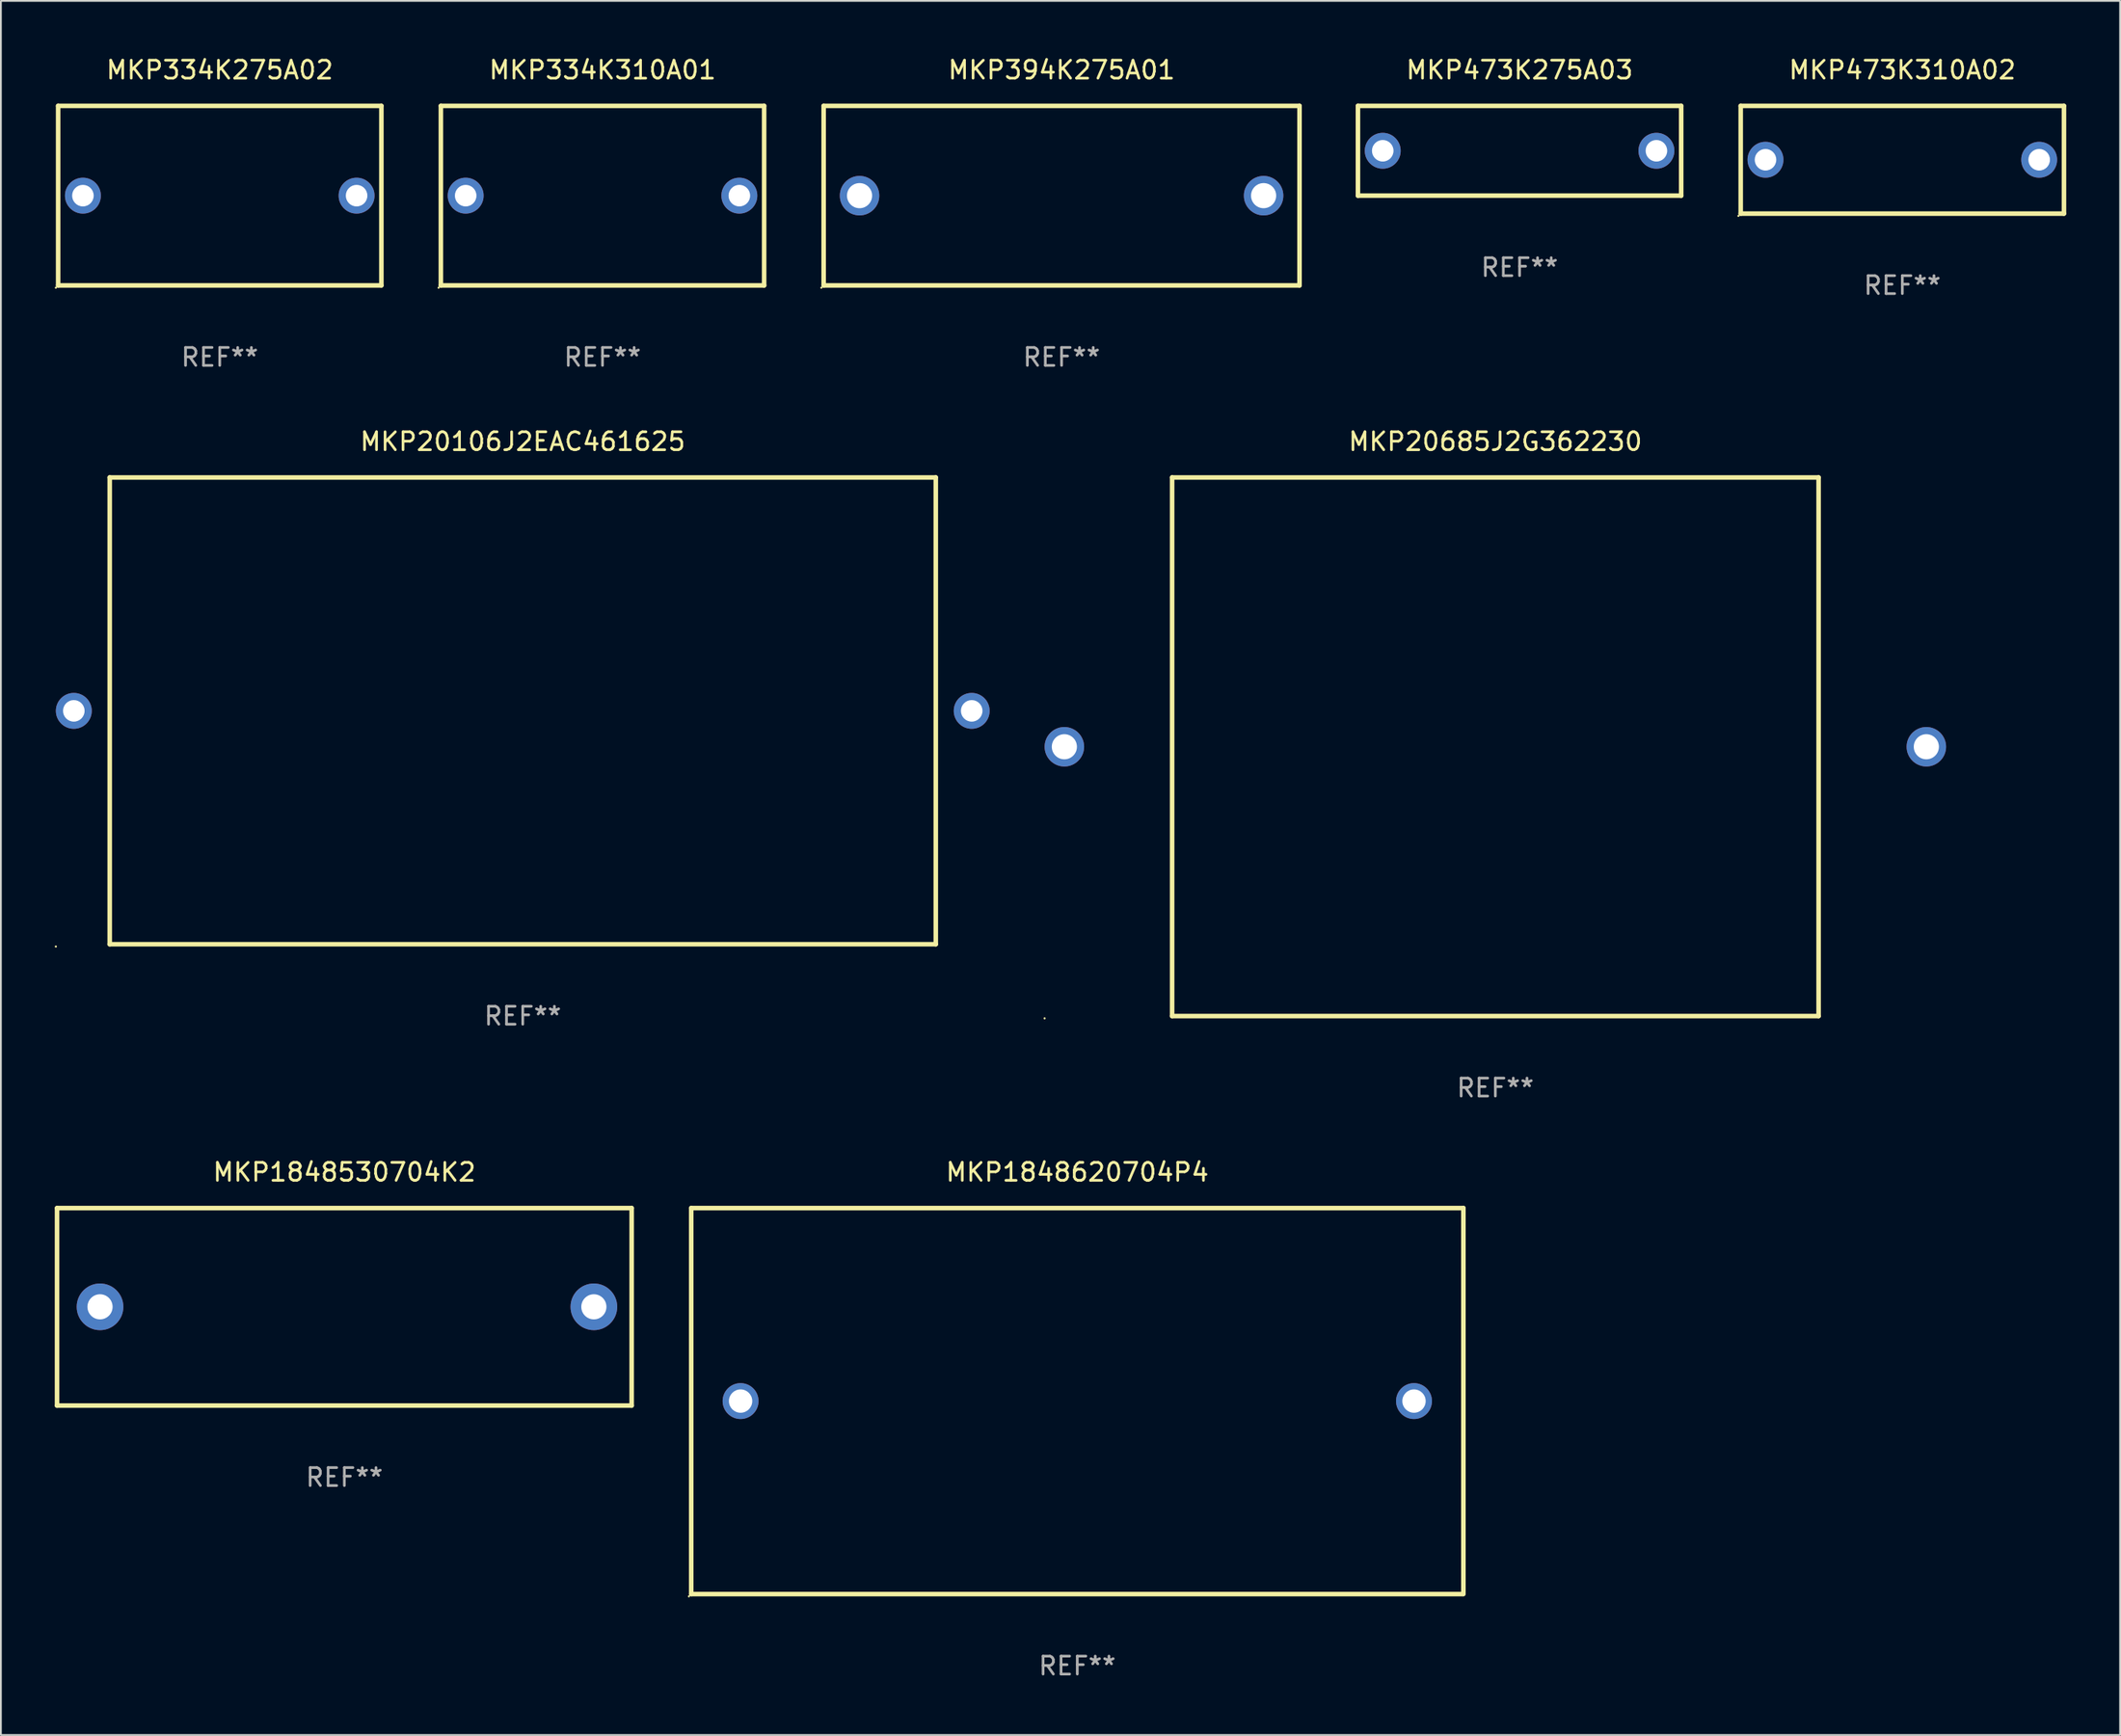
<source format=kicad_pcb>
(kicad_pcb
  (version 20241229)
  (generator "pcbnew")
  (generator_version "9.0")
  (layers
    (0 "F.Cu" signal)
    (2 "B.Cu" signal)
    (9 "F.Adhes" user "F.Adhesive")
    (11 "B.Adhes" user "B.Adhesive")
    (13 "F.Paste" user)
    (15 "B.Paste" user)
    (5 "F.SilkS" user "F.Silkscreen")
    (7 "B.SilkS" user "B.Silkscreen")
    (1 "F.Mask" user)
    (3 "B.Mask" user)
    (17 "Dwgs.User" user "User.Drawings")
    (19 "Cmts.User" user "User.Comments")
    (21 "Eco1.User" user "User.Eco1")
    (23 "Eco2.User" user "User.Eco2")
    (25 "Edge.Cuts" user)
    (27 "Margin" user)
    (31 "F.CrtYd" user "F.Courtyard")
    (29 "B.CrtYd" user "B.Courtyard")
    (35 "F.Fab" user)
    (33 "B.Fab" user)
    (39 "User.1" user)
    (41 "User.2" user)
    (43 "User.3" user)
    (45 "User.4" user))
  (footprint "MKP20685J2G362230"
    (layer "F.Cu")
    (at 80.22 38.545)
    (property "Reference" "MKP20685J2G362230" (at 0 -17 0) (layer "F.SilkS") (effects (font (size 1 1) (thickness 0.15))))
    (attr through_hole)
    (fp_line (start -18 -15) (end -18 15) (stroke (width 0.254) (type solid)) (layer "F.SilkS"))
    (fp_line (start -18 -15) (end 18 -15) (stroke (width 0.254) (type solid)) (layer "F.SilkS"))
    (fp_line (start 18 15) (end -18 15) (stroke (width 0.254) (type solid)) (layer "F.SilkS"))
    (fp_line (start 18 15) (end 18 -15) (stroke (width 0.254) (type solid)) (layer "F.SilkS"))
    (fp_circle (center -25.1 15.127) (end -25.07 15.127) (stroke (width 0.06) (type solid)) (fill no) (layer "F.SilkS"))
    (fp_text user "REF**" (at 0 19 0) (layer "F.Fab") (effects (font (size 1 1) (thickness 0.15))))
    (pad "1" thru_hole circle (at -24 0) (size 2.2 2.2) (drill 1.4) (layers "*.Cu" "*.Mask"))
    (pad "2" thru_hole circle (at 24 0) (size 2.2 2.2) (drill 1.4) (layers "*.Cu" "*.Mask")))
  (footprint "MKP334K275A02"
    (layer "F.Cu")
    (at 9.187 7.848)
    (property "Reference" "MKP334K275A02" (at 0 -7 0) (layer "F.SilkS") (effects (font (size 1 1) (thickness 0.15))))
    (attr through_hole)
    (fp_line (start -9 -5) (end 9 -5) (stroke (width 0.254) (type solid)) (layer "F.SilkS"))
    (fp_line (start -9 5) (end -9 -5) (stroke (width 0.254) (type solid)) (layer "F.SilkS"))
    (fp_line (start 9 -5) (end 9 5) (stroke (width 0.254) (type solid)) (layer "F.SilkS"))
    (fp_line (start 9 5) (end -9 5) (stroke (width 0.254) (type solid)) (layer "F.SilkS"))
    (fp_circle (center -9.127 5.127) (end -9.097 5.127) (stroke (width 0.06) (type solid)) (fill no) (layer "F.SilkS"))
    (fp_text user "REF**" (at 0 9 0) (layer "F.Fab") (effects (font (size 1 1) (thickness 0.15))))
    (pad "1" thru_hole circle (at -7.62 0) (size 2 2) (drill 1.2) (layers "*.Cu" "*.Mask"))
    (pad "2" thru_hole circle (at 7.62 0) (size 2 2) (drill 1.2) (layers "*.Cu" "*.Mask")))
  (footprint "MKP334K310A01"
    (layer "F.Cu")
    (at 30.501 7.848)
    (property "Reference" "MKP334K310A01" (at 0 -7 0) (layer "F.SilkS") (effects (font (size 1 1) (thickness 0.15))))
    (attr through_hole)
    (fp_line (start -9 -5) (end 9 -5) (stroke (width 0.254) (type solid)) (layer "F.SilkS"))
    (fp_line (start -9 5) (end -9 -5) (stroke (width 0.254) (type solid)) (layer "F.SilkS"))
    (fp_line (start 9 -5) (end 9 5) (stroke (width 0.254) (type solid)) (layer "F.SilkS"))
    (fp_line (start 9 5) (end -9 5) (stroke (width 0.254) (type solid)) (layer "F.SilkS"))
    (fp_circle (center -9.127 5.127) (end -9.097 5.127) (stroke (width 0.06) (type solid)) (fill no) (layer "F.SilkS"))
    (fp_text user "REF**" (at 0 9 0) (layer "F.Fab") (effects (font (size 1 1) (thickness 0.15))))
    (pad "1" thru_hole circle (at -7.62 0) (size 2 2) (drill 1.2) (layers "*.Cu" "*.Mask"))
    (pad "2" thru_hole circle (at 7.62 0) (size 2 2) (drill 1.2) (layers "*.Cu" "*.Mask")))
  (footprint "MKP1848620704P4"
    (layer "F.Cu")
    (at 56.94 74.991)
    (property "Reference" "MKP1848620704P4" (at 0 -12.75 0) (layer "F.SilkS") (effects (font (size 1 1) (thickness 0.15))))
    (attr through_hole)
    (fp_line (start -21.5 -10.75) (end -21.5 10.75) (stroke (width 0.254) (type solid)) (layer "F.SilkS"))
    (fp_line (start -21.5 -10.75) (end 21.5 -10.75) (stroke (width 0.254) (type solid)) (layer "F.SilkS"))
    (fp_line (start -21.5 10.75) (end 21.463 10.75) (stroke (width 0.254) (type solid)) (layer "F.SilkS"))
    (fp_line (start 21.5 -10.749) (end 21.5 -7.396) (stroke (width 0.254) (type solid)) (layer "F.SilkS"))
    (fp_line (start 21.5 -7.396) (end 21.5 10.749) (stroke (width 0.254) (type solid)) (layer "F.SilkS"))
    (fp_circle (center -21.627 10.877) (end -21.597 10.877) (stroke (width 0.06) (type solid)) (fill no) (layer "F.SilkS"))
    (fp_text user "REF**" (at 0 14.75 0) (layer "F.Fab") (effects (font (size 1 1) (thickness 0.15))))
    (pad "1" thru_hole circle (at -18.75 0) (size 2 2) (drill 1.3) (layers "*.Cu" "*.Mask"))
    (pad "2" thru_hole circle (at 18.75 0) (size 2 2) (drill 1.3) (layers "*.Cu" "*.Mask")))
  (footprint "MKP394K275A01"
    (layer "F.Cu")
    (at 56.065 7.848)
    (property "Reference" "MKP394K275A01" (at 0 -7 0) (layer "F.SilkS") (effects (font (size 1 1) (thickness 0.15))))
    (attr through_hole)
    (fp_line (start -13.25 -5) (end 13.25 -5) (stroke (width 0.254) (type solid)) (layer "F.SilkS"))
    (fp_line (start -13.25 5) (end -13.25 -5) (stroke (width 0.254) (type solid)) (layer "F.SilkS"))
    (fp_line (start 13.25 -5) (end 13.25 5) (stroke (width 0.254) (type solid)) (layer "F.SilkS"))
    (fp_line (start 13.25 5) (end -13.25 5) (stroke (width 0.254) (type solid)) (layer "F.SilkS"))
    (fp_circle (center -13.377 5.127) (end -13.347 5.127) (stroke (width 0.06) (type solid)) (fill no) (layer "F.SilkS"))
    (fp_text user "REF**" (at 0 9 0) (layer "F.Fab") (effects (font (size 1 1) (thickness 0.15))))
    (pad "1" thru_hole circle (at -11.25 0) (size 2.2 2.2) (drill 1.4) (layers "*.Cu" "*.Mask"))
    (pad "2" thru_hole circle (at 11.25 0) (size 2.2 2.2) (drill 1.4) (layers "*.Cu" "*.Mask")))
  (footprint "MKP20106J2EAC461625"
    (layer "F.Cu")
    (at 26.06 36.545)
    (property "Reference" "MKP20106J2EAC461625" (at 0 -15 0) (layer "F.SilkS") (effects (font (size 1 1) (thickness 0.15))))
    (attr through_hole)
    (fp_line (start -23 -13) (end 23 -13) (stroke (width 0.254) (type solid)) (layer "F.SilkS"))
    (fp_line (start -23 -13) (end -23 13) (stroke (width 0.254) (type solid)) (layer "F.SilkS"))
    (fp_line (start 23 13) (end -23 13) (stroke (width 0.254) (type solid)) (layer "F.SilkS"))
    (fp_line (start 23 -13) (end 23 13) (stroke (width 0.254) (type solid)) (layer "F.SilkS"))
    (fp_circle (center -26 13.127) (end -25.97 13.127) (stroke (width 0.06) (type solid)) (fill no) (layer "F.SilkS"))
    (fp_text user "REF**" (at 0 17 0) (layer "F.Fab") (effects (font (size 1 1) (thickness 0.15))))
    (pad "1" thru_hole circle (at -25 0) (size 2 2) (drill 1.2) (layers "*.Cu" "*.Mask"))
    (pad "2" thru_hole circle (at 25 0) (size 2 2) (drill 1.2) (layers "*.Cu" "*.Mask")))
  (footprint "MKP473K310A02"
    (layer "F.Cu")
    (at 102.883 5.848)
    (property "Reference" "MKP473K310A02" (at 0 -5 0) (layer "F.SilkS") (effects (font (size 1 1) (thickness 0.15))))
    (attr through_hole)
    (fp_line (start -9 -3) (end 9 -3) (stroke (width 0.254) (type solid)) (layer "F.SilkS"))
    (fp_line (start -9 3) (end -9 -3) (stroke (width 0.254) (type solid)) (layer "F.SilkS"))
    (fp_line (start 9 -3) (end 9 3) (stroke (width 0.254) (type solid)) (layer "F.SilkS"))
    (fp_line (start 9 3) (end -9 3) (stroke (width 0.254) (type solid)) (layer "F.SilkS"))
    (fp_circle (center -9.127 3.127) (end -9.097 3.127) (stroke (width 0.06) (type solid)) (fill no) (layer "F.SilkS"))
    (fp_text user "REF**" (at 0 7 0) (layer "F.Fab") (effects (font (size 1 1) (thickness 0.15))))
    (pad "1" thru_hole circle (at -7.62 0) (size 2 2) (drill 1.2) (layers "*.Cu" "*.Mask"))
    (pad "2" thru_hole circle (at 7.62 0) (size 2 2) (drill 1.2) (layers "*.Cu" "*.Mask")))
  (footprint "MKP473K275A03"
    (layer "F.Cu")
    (at 81.569 5.348)
    (property "Reference" "MKP473K275A03" (at 0 -4.5 0) (layer "F.SilkS") (effects (font (size 1 1) (thickness 0.15))))
    (attr through_hole)
    (fp_line (start -9 -2.5) (end 9 -2.5) (stroke (width 0.254) (type solid)) (layer "F.SilkS"))
    (fp_line (start -9 2.5) (end -9 -2.5) (stroke (width 0.254) (type solid)) (layer "F.SilkS"))
    (fp_line (start 9 -2.5) (end 9 2.5) (stroke (width 0.254) (type solid)) (layer "F.SilkS"))
    (fp_line (start 9 2.5) (end -9 2.5) (stroke (width 0.254) (type solid)) (layer "F.SilkS"))
    (fp_circle (center -9 2.5) (end -8.97 2.5) (stroke (width 0.06) (type solid)) (fill no) (layer "F.SilkS"))
    (fp_text user "REF**" (at 0 6.5 0) (layer "F.Fab") (effects (font (size 1 1) (thickness 0.15))))
    (pad "1" thru_hole circle (at -7.62 -0.000127) (size 2 2) (drill 1.2) (layers "*.Cu" "*.Mask"))
    (pad "2" thru_hole circle (at 7.62 -0.000127) (size 2 2) (drill 1.2) (layers "*.Cu" "*.Mask")))
  (footprint "MKP1848530704K2"
    (layer "F.Cu")
    (at 16.126 69.741)
    (property "Reference" "MKP1848530704K2" (at 0 -7.5 0) (layer "F.SilkS") (effects (font (size 1 1) (thickness 0.15))))
    (attr through_hole)
    (fp_line (start -15.999 -5.5) (end -15.999 5.5) (stroke (width 0.254) (type solid)) (layer "F.SilkS"))
    (fp_line (start -15.999 -5.5) (end 15.999 -5.5) (stroke (width 0.254) (type solid)) (layer "F.SilkS"))
    (fp_line (start 15.999 -5.5) (end 15.999 5.5) (stroke (width 0.254) (type solid)) (layer "F.SilkS"))
    (fp_line (start 15.999 5.5) (end -15.999 5.5) (stroke (width 0.254) (type solid)) (layer "F.SilkS"))
    (fp_circle (center -16.008 5.5) (end -15.978 5.5) (stroke (width 0.06) (type solid)) (fill no) (layer "F.SilkS"))
    (fp_text user "REF**" (at 0 9.5 0) (layer "F.Fab") (effects (font (size 1 1) (thickness 0.15))))
    (pad "1" thru_hole circle (at -13.606 0) (size 2.6 2.6) (drill 1.4) (layers "*.Cu" "*.Mask"))
    (pad "2" thru_hole circle (at 13.894 0) (size 2.6 2.6) (drill 1.4) (layers "*.Cu" "*.Mask")))
  (gr_rect
    (start -3 -3)
    (end 115.01 93.59)
    (stroke (width 0.1) (type default))
    (fill no)
    (layer "Edge.Cuts")))
</source>
